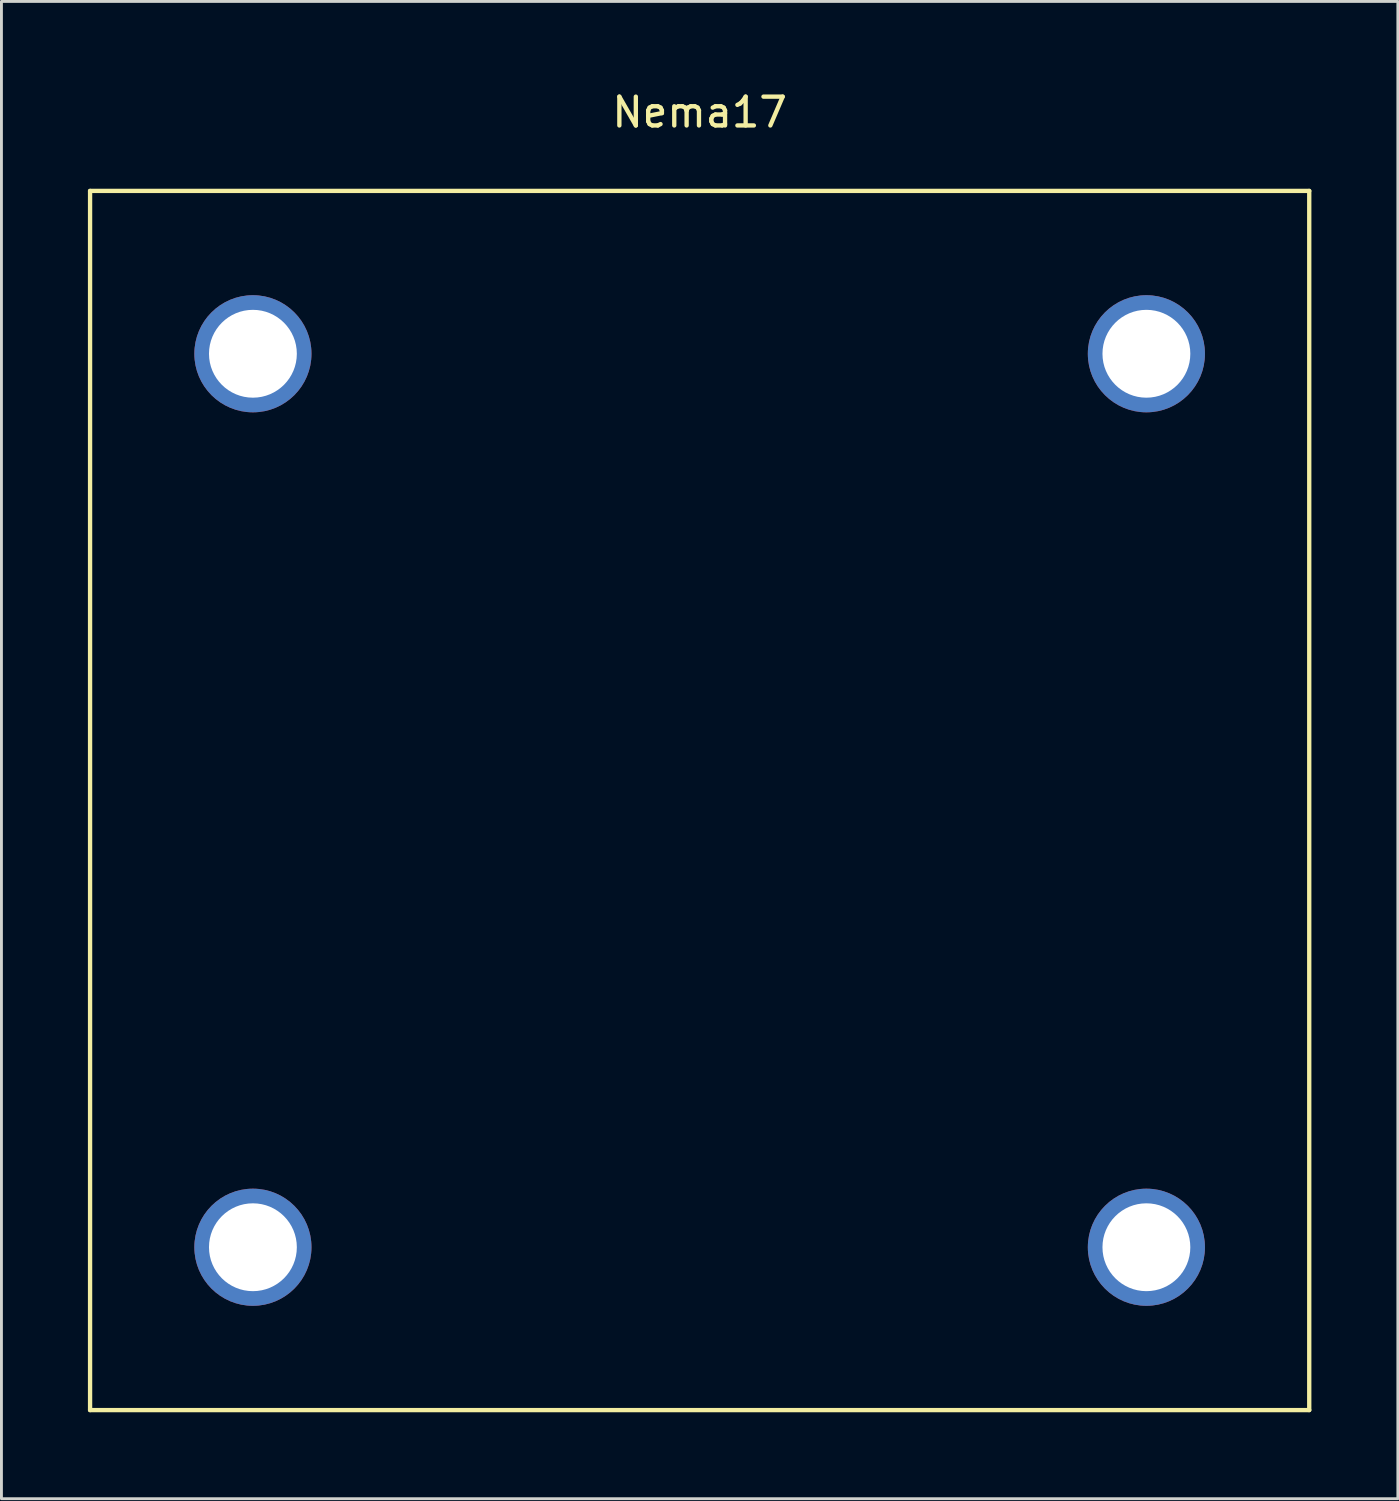
<source format=kicad_pcb>
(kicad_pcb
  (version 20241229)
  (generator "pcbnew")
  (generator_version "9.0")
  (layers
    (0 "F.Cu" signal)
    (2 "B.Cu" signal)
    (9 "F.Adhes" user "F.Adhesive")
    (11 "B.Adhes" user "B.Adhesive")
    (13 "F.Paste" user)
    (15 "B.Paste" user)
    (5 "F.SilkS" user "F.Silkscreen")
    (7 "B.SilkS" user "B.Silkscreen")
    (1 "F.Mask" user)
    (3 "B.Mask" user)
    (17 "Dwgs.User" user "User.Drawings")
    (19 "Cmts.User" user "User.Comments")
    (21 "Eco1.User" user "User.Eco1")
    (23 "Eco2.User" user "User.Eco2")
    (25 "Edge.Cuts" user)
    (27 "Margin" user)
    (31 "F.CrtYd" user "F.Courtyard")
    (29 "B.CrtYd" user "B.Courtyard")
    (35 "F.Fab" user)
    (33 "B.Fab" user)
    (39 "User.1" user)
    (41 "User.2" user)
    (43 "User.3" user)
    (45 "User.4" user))
  (footprint "Nema17"
    (layer "F.Cu")
    (at 21.225 24.724)
    (property "Reference" "Nema17" (at 0 -23.876 0) (layer "F.SilkS") (effects (font (size 1 1) (thickness 0.15))))
    (attr through_hole)
    (fp_line (start -21.15 -21.15) (end -21.15 21.15) (stroke (width 0.15) (type solid)) (layer "F.SilkS"))
    (fp_line (start -21.15 21.15) (end 21.15 21.15) (stroke (width 0.15) (type solid)) (layer "F.SilkS"))
    (fp_line (start 21.15 -21.15) (end -21.15 -21.15) (stroke (width 0.15) (type solid)) (layer "F.SilkS"))
    (fp_line (start 21.15 21.15) (end 21.15 -21.15) (stroke (width 0.15) (type solid)) (layer "F.SilkS"))
    (pad "0" thru_hole circle (at -15.5 -15.5) (size 4.064 4.064) (drill 3.048) (layers "*.Cu" "*.Mask"))
    (pad "0" thru_hole circle (at -15.5 15.5) (size 4.064 4.064) (drill 3.048) (layers "*.Cu" "*.Mask"))
    (pad "0" thru_hole circle (at 15.5 -15.5) (size 4.064 4.064) (drill 3.048) (layers "*.Cu" "*.Mask"))
    (pad "0" thru_hole circle (at 15.5 15.5) (size 4.064 4.064) (drill 3.048) (layers "*.Cu" "*.Mask")))
  (gr_rect
    (start -3 -3)
    (end 45.45 48.949)
    (stroke (width 0.1) (type default))
    (fill no)
    (layer "Edge.Cuts")))
</source>
